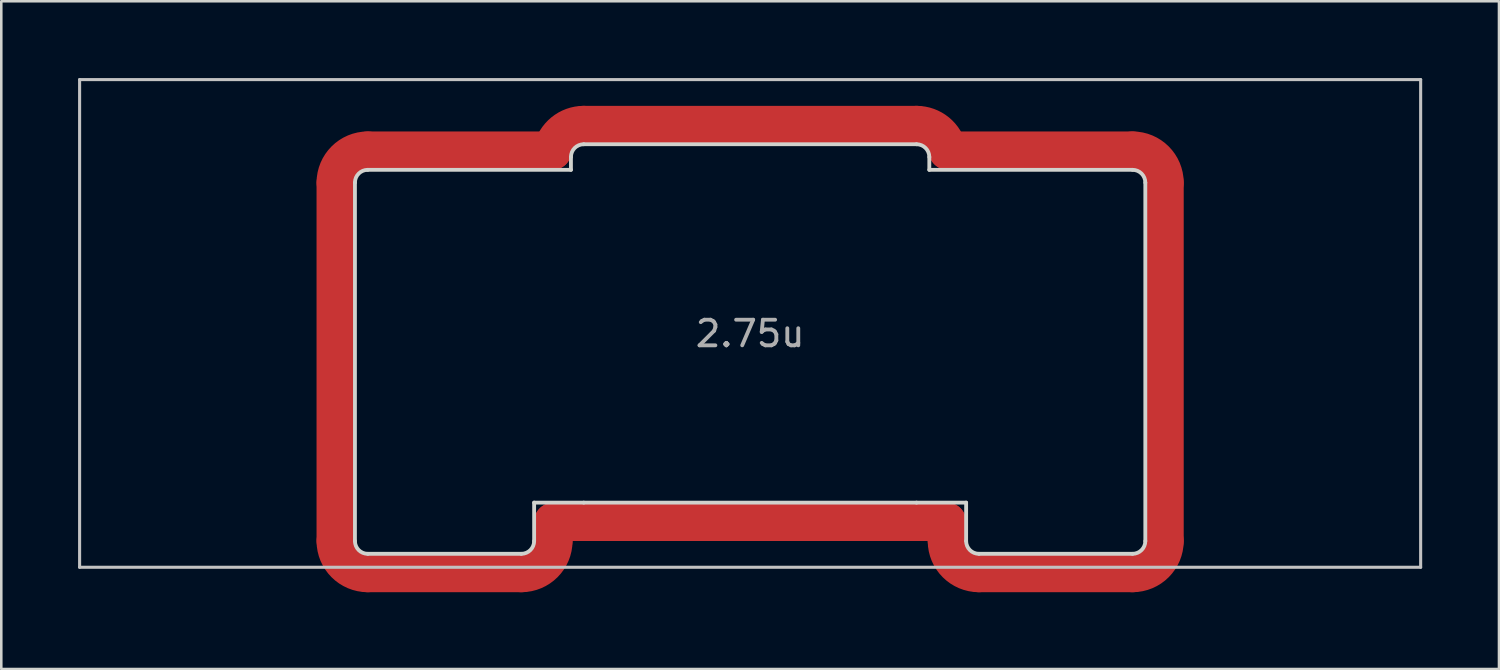
<source format=kicad_pcb>
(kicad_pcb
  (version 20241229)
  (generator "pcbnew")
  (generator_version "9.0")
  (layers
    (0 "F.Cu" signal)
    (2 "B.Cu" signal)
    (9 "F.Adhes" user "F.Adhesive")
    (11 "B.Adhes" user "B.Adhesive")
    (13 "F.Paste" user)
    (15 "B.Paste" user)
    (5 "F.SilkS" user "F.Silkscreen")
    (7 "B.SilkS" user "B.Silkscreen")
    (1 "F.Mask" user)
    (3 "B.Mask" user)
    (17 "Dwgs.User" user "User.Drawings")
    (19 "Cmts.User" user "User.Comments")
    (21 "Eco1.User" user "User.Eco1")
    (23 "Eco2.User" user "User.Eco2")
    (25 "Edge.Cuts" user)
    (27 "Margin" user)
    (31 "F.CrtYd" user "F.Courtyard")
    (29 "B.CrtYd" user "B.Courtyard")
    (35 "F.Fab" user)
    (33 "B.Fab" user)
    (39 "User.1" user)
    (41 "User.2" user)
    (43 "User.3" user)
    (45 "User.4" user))
  (footprint "2.75u"
    (layer "F.Cu")
    (at 26.254 9.585)
    (property "Reference" "2.75u" (at 0 0.4 0) (layer "F.Fab") (effects (font (size 1 1) (thickness 0.15))))
    (attr through_hole)
    (fp_line (start -16.188 -5.5) (end -16.188 8.5) (stroke (width 1.5) (type solid)) (layer "F.Cu"))
    (fp_line (start -14.938 9.75) (end -8.938 9.75) (stroke (width 1.5) (type solid)) (layer "F.Cu"))
    (fp_line (start -7.725 -6.75) (end -14.938 -6.75) (stroke (width 1.5) (type solid)) (layer "F.Cu"))
    (fp_line (start -7.688 7.75) (end -6.5 7.75) (stroke (width 1.5) (type solid)) (layer "F.Cu"))
    (fp_line (start -7.688 8.5) (end -7.688 7.75) (stroke (width 1.5) (type solid)) (layer "F.Cu"))
    (fp_line (start -6.5 7.75) (end 6.5 7.75) (stroke (width 1.5) (type solid)) (layer "F.Cu"))
    (fp_line (start 6.5 -7.75) (end -6.5 -7.75) (stroke (width 1.5) (type solid)) (layer "F.Cu"))
    (fp_line (start 6.5 7.75) (end 7.688 7.75) (stroke (width 1.5) (type solid)) (layer "F.Cu"))
    (fp_line (start 7.688 7.75) (end 7.688 8.5) (stroke (width 1.5) (type solid)) (layer "F.Cu"))
    (fp_line (start 8.938 9.75) (end 14.938 9.75) (stroke (width 1.5) (type solid)) (layer "F.Cu"))
    (fp_line (start 14.938 -6.75) (end 7.725 -6.75) (stroke (width 1.5) (type solid)) (layer "F.Cu"))
    (fp_line (start 16.188 8.5) (end 16.188 -5.5) (stroke (width 1.5) (type solid)) (layer "F.Cu"))
    (fp_arc (start -16.188 -5.5) (mid -15.821883 -6.383883) (end -14.938 -6.75) (stroke (width 1.5) (type solid)) (layer "F.Cu"))
    (fp_arc (start -14.938 9.749999) (mid -15.821883 9.383882) (end -16.188 8.499999) (stroke (width 1.5) (type solid)) (layer "F.Cu"))
    (fp_arc (start -7.724906 -6.74921) (mid -7.290882 -7.467991) (end -6.5 -7.75) (stroke (width 1.5) (type solid)) (layer "F.Cu"))
    (fp_arc (start -7.688 8.499999) (mid -8.054117 9.383882) (end -8.938 9.749999) (stroke (width 1.5) (type solid)) (layer "F.Cu"))
    (fp_arc (start 6.499193 -7.75) (mid 7.290256 -7.468501) (end 7.724744 -6.75) (stroke (width 1.5) (type solid)) (layer "F.Cu"))
    (fp_arc (start 8.938 9.749999) (mid 8.054117 9.383882) (end 7.688 8.499999) (stroke (width 1.5) (type solid)) (layer "F.Cu"))
    (fp_arc (start 14.937999 -6.75) (mid 15.821882 -6.383883) (end 16.187999 -5.5) (stroke (width 1.5) (type solid)) (layer "F.Cu"))
    (fp_arc (start 16.187999 8.5) (mid 15.821883 9.383883) (end 14.938 9.749999) (stroke (width 1.5) (type solid)) (layer "F.Cu"))
    (fp_line (start -16.188 -5.5) (end -16.188 8.5) (stroke (width 1.5) (type solid)) (layer "F.Mask"))
    (fp_line (start -14.938 9.75) (end -8.938 9.75) (stroke (width 1.5) (type solid)) (layer "F.Mask"))
    (fp_line (start -7.725 -6.75) (end -14.938 -6.75) (stroke (width 1.5) (type solid)) (layer "F.Mask"))
    (fp_line (start -7.688 7.75) (end -6.5 7.75) (stroke (width 1.5) (type solid)) (layer "F.Mask"))
    (fp_line (start -7.688 8.5) (end -7.688 7.75) (stroke (width 1.5) (type solid)) (layer "F.Mask"))
    (fp_line (start -6.5 7.75) (end 6.5 7.75) (stroke (width 1.5) (type solid)) (layer "F.Mask"))
    (fp_line (start 6.5 -7.75) (end -6.5 -7.75) (stroke (width 1.5) (type solid)) (layer "F.Mask"))
    (fp_line (start 6.5 7.75) (end 7.688 7.75) (stroke (width 1.5) (type solid)) (layer "F.Mask"))
    (fp_line (start 7.688 7.75) (end 7.688 8.5) (stroke (width 1.5) (type solid)) (layer "F.Mask"))
    (fp_line (start 8.938 9.75) (end 14.938 9.75) (stroke (width 1.5) (type solid)) (layer "F.Mask"))
    (fp_line (start 14.938 -6.75) (end 7.725 -6.75) (stroke (width 1.5) (type solid)) (layer "F.Mask"))
    (fp_line (start 16.188 8.5) (end 16.188 -5.5) (stroke (width 1.5) (type solid)) (layer "F.Mask"))
    (fp_arc (start -16.188 -5.5) (mid -15.821883 -6.383883) (end -14.938 -6.75) (stroke (width 1.5) (type solid)) (layer "F.Mask"))
    (fp_arc (start -14.938 9.749999) (mid -15.821883 9.383882) (end -16.188 8.499999) (stroke (width 1.5) (type solid)) (layer "F.Mask"))
    (fp_arc (start -7.724906 -6.74921) (mid -7.290882 -7.467991) (end -6.5 -7.75) (stroke (width 1.5) (type solid)) (layer "F.Mask"))
    (fp_arc (start -7.688 8.499999) (mid -8.054117 9.383882) (end -8.938 9.749999) (stroke (width 1.5) (type solid)) (layer "F.Mask"))
    (fp_arc (start 6.499193 -7.75) (mid 7.290256 -7.468501) (end 7.724744 -6.75) (stroke (width 1.5) (type solid)) (layer "F.Mask"))
    (fp_arc (start 8.938 9.749999) (mid 8.054117 9.383882) (end 7.688 8.499999) (stroke (width 1.5) (type solid)) (layer "F.Mask"))
    (fp_arc (start 14.937999 -6.75) (mid 15.821882 -6.383883) (end 16.187999 -5.5) (stroke (width 1.5) (type solid)) (layer "F.Mask"))
    (fp_arc (start 16.187999 8.5) (mid 15.821883 9.383883) (end 14.938 9.749999) (stroke (width 1.5) (type solid)) (layer "F.Mask"))
    (fp_line (start -26.194 -9.525) (end -26.194 9.525) (stroke (width 0.12) (type solid)) (layer "Dwgs.User"))
    (fp_line (start -26.194 -9.525) (end 26.194 -9.525) (stroke (width 0.12) (type solid)) (layer "Dwgs.User"))
    (fp_line (start -26.194 9.525) (end 26.194 9.525) (stroke (width 0.12) (type solid)) (layer "Dwgs.User"))
    (fp_line (start 26.194 -9.525) (end 26.194 9.525) (stroke (width 0.12) (type solid)) (layer "Dwgs.User"))
    (fp_line (start -15.438 -5.5) (end -15.438 8.5) (stroke (width 0.15) (type solid)) (layer "Edge.Cuts"))
    (fp_line (start -14.938 9) (end -8.938 9) (stroke (width 0.15) (type solid)) (layer "Edge.Cuts"))
    (fp_line (start -8.438 7) (end -6.5 7) (stroke (width 0.15) (type solid)) (layer "Edge.Cuts"))
    (fp_line (start -8.438 8.5) (end -8.438 7) (stroke (width 0.15) (type solid)) (layer "Edge.Cuts"))
    (fp_line (start -7 -6.5) (end -7 -6) (stroke (width 0.15) (type solid)) (layer "Edge.Cuts"))
    (fp_line (start -7 -6) (end -14.938 -6) (stroke (width 0.15) (type solid)) (layer "Edge.Cuts"))
    (fp_line (start -6.5 7) (end 6.5 7) (stroke (width 0.15) (type solid)) (layer "Edge.Cuts"))
    (fp_line (start 6.5 7) (end 8.438 7) (stroke (width 0.15) (type solid)) (layer "Edge.Cuts"))
    (fp_line (start 6.5 -7) (end -6.5 -7) (stroke (width 0.15) (type solid)) (layer "Edge.Cuts"))
    (fp_line (start 7 -6) (end 7 -6.5) (stroke (width 0.15) (type solid)) (layer "Edge.Cuts"))
    (fp_line (start 8.438 7) (end 8.438 8.5) (stroke (width 0.15) (type solid)) (layer "Edge.Cuts"))
    (fp_line (start 8.938 9) (end 14.938 9) (stroke (width 0.15) (type solid)) (layer "Edge.Cuts"))
    (fp_line (start 14.938 -6) (end 7 -6) (stroke (width 0.15) (type solid)) (layer "Edge.Cuts"))
    (fp_line (start 15.438 8.5) (end 15.438 -5.5) (stroke (width 0.15) (type solid)) (layer "Edge.Cuts"))
    (fp_arc (start -15.438 -5.5) (mid -15.291553 -5.853553) (end -14.938 -6) (stroke (width 0.15) (type solid)) (layer "Edge.Cuts"))
    (fp_arc (start -14.938 8.999999) (mid -15.291553 8.853552) (end -15.438 8.499999) (stroke (width 0.15) (type solid)) (layer "Edge.Cuts"))
    (fp_arc (start -8.438 8.499999) (mid -8.584447 8.853552) (end -8.938 8.999999) (stroke (width 0.15) (type solid)) (layer "Edge.Cuts"))
    (fp_arc (start -7 -6.5) (mid -6.853553 -6.853553) (end -6.5 -7) (stroke (width 0.15) (type solid)) (layer "Edge.Cuts"))
    (fp_arc (start 6.499999 -7.000001) (mid 6.853553 -6.853554) (end 7 -6.5) (stroke (width 0.15) (type solid)) (layer "Edge.Cuts"))
    (fp_arc (start 8.938 8.999999) (mid 8.584447 8.853552) (end 8.438 8.499999) (stroke (width 0.15) (type solid)) (layer "Edge.Cuts"))
    (fp_arc (start 14.937999 -6.000001) (mid 15.291553 -5.853554) (end 15.438 -5.5) (stroke (width 0.15) (type solid)) (layer "Edge.Cuts"))
    (fp_arc (start 15.437999 8.5) (mid 15.291553 8.853553) (end 14.938 8.999999) (stroke (width 0.15) (type solid)) (layer "Edge.Cuts")))
  (gr_rect
    (start -3 -3)
    (end 55.508 23.085)
    (stroke (width 0.1) (type default))
    (fill no)
    (layer "Edge.Cuts")))
</source>
